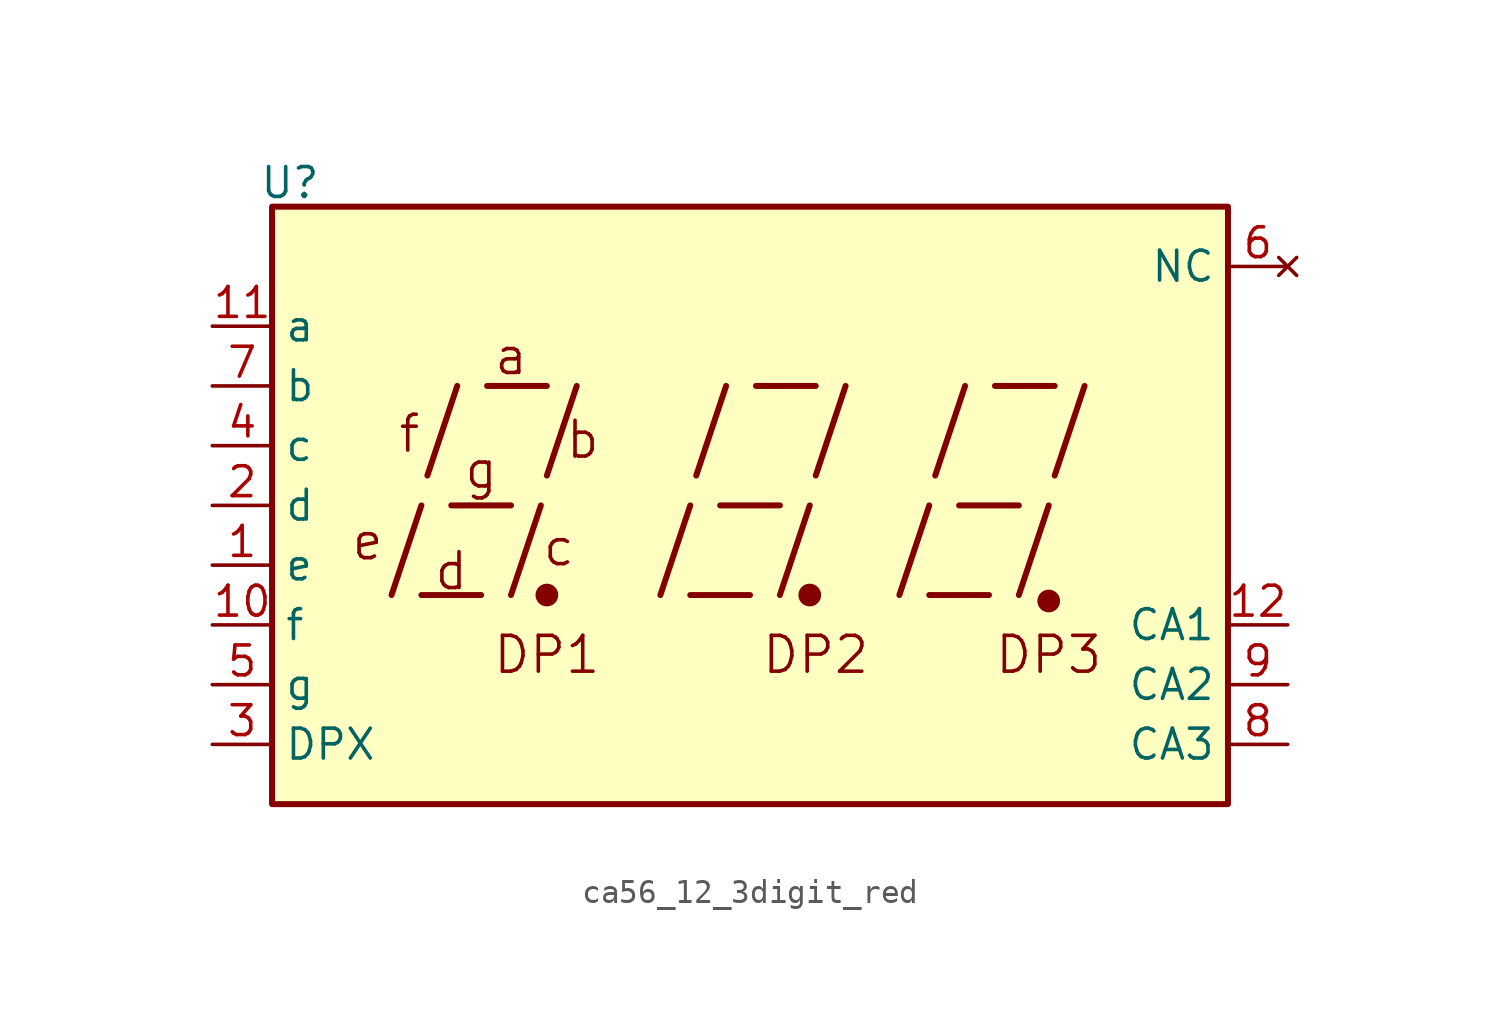
<source format=kicad_sym>
(kicad_symbol_lib
  (version 20241209)
  (generator "kicad_symbol_editor")
  (generator_version "9.0")
  (symbol "ca56_12_3digit_red"
    (property "Reference" "U"
      (at -1.778 -0.254 0)
      (effects (font (size 1.27 1.27))))
    (property "Value" ""
      (at 0 0 0)
      (effects (font (size 1.27 1.27))))
    (symbol "ca56_12_3digit_red_0_0"
      (rectangle (start -2.54 -1.27) (end 38.1 -26.67) (stroke (width 0.254) (type default)) (fill (type background)))
      (polyline (pts (xy 2.54 -17.78) (xy 3.81 -13.97)) (stroke (width 0.254) (type default)) (fill (type none)))
      (polyline (pts (xy 3.81 -17.78) (xy 6.35 -17.78)) (stroke (width 0.254) (type default)) (fill (type none)))
      (polyline (pts (xy 4.064 -12.7) (xy 5.334 -8.89)) (stroke (width 0.254) (type default)) (fill (type none)))
      (polyline (pts (xy 5.08 -13.97) (xy 7.62 -13.97)) (stroke (width 0.254) (type default)) (fill (type none)))
      (polyline (pts (xy 6.604 -8.89) (xy 9.144 -8.89)) (stroke (width 0.254) (type default)) (fill (type none)))
      (polyline (pts (xy 7.62 -17.78) (xy 8.89 -13.97)) (stroke (width 0.254) (type default)) (fill (type none)))
      (polyline (pts (xy 9.144 -12.7) (xy 10.414 -8.89)) (stroke (width 0.254) (type default)) (fill (type none)))
      (polyline (pts (xy 13.97 -17.78) (xy 15.24 -13.97)) (stroke (width 0.254) (type default)) (fill (type none)))
      (polyline (pts (xy 15.24 -17.78) (xy 17.78 -17.78)) (stroke (width 0.254) (type default)) (fill (type none)))
      (polyline (pts (xy 15.494 -12.7) (xy 16.764 -8.89)) (stroke (width 0.254) (type default)) (fill (type none)))
      (polyline (pts (xy 16.51 -13.97) (xy 19.05 -13.97)) (stroke (width 0.254) (type default)) (fill (type none)))
      (polyline (pts (xy 18.034 -8.89) (xy 20.574 -8.89)) (stroke (width 0.254) (type default)) (fill (type none)))
      (polyline (pts (xy 19.05 -17.78) (xy 20.32 -13.97)) (stroke (width 0.254) (type default)) (fill (type none)))
      (polyline (pts (xy 20.574 -12.7) (xy 21.844 -8.89)) (stroke (width 0.254) (type default)) (fill (type none)))
      (polyline (pts (xy 24.13 -17.78) (xy 25.4 -13.97)) (stroke (width 0.254) (type default)) (fill (type none)))
      (polyline (pts (xy 25.4 -17.78) (xy 27.94 -17.78)) (stroke (width 0.254) (type default)) (fill (type none)))
      (polyline (pts (xy 25.654 -12.7) (xy 26.924 -8.89)) (stroke (width 0.254) (type default)) (fill (type none)))
      (polyline (pts (xy 26.67 -13.97) (xy 29.21 -13.97)) (stroke (width 0.254) (type default)) (fill (type none)))
      (polyline (pts (xy 28.194 -8.89) (xy 30.734 -8.89)) (stroke (width 0.254) (type default)) (fill (type none)))
      (polyline (pts (xy 29.21 -17.78) (xy 30.48 -13.97)) (stroke (width 0.254) (type default)) (fill (type none)))
      (polyline (pts (xy 30.734 -12.7) (xy 32.004 -8.89)) (stroke (width 0.254) (type default)) (fill (type none)))
      (text "e" (at 1.524 -15.494 0) (effects (font (size 1.524 1.524))))
      (text "f" (at 3.302 -10.922 0) (effects (font (size 1.524 1.524))))
      (text "d" (at 5.08 -16.764 0) (effects (font (size 1.524 1.524))))
      (text "g" (at 6.35 -12.446 0) (effects (font (size 1.524 1.524))))
      (text "a" (at 7.62 -7.62 0) (effects (font (size 1.524 1.524))))
      (text "DP1" (at 9.144 -20.32 0) (effects (font (size 1.524 1.524))))
      (text "c" (at 9.652 -15.748 0) (effects (font (size 1.524 1.524))))
      (text "b" (at 10.668 -11.176 0) (effects (font (size 1.524 1.524))))
      (text "DP2" (at 20.574 -20.32 0) (effects (font (size 1.524 1.524))))
      (text "DP3" (at 30.48 -20.32 0) (effects (font (size 1.524 1.524)))))
    (symbol "ca56_12_3digit_red_0_1"
      (circle (center 9.144 -17.78) (radius 0.356) (stroke (width 0.254) (type default)) (fill (type outline)))
      (circle (center 20.32 -17.78) (radius 0.356) (stroke (width 0.254) (type default)) (fill (type outline))))
    (symbol "ca56_12_3digit_red_1_0"
      (circle (center 30.48 -18.034) (radius 0.356) (stroke (width 0.254) (type default)) (fill (type outline))))
    (symbol "ca56_12_3digit_red_1_1"
      (pin input line (at -5.08 -6.35 0) (length 2.54) (name "a" (effects (font (size 1.27 1.27)))) (number "11" (effects (font (size 1.27 1.27)))))
      (pin input line (at -5.08 -8.89 0) (length 2.54) (name "b" (effects (font (size 1.27 1.27)))) (number "7" (effects (font (size 1.27 1.27)))))
      (pin input line (at -5.08 -11.43 0) (length 2.54) (name "c" (effects (font (size 1.27 1.27)))) (number "4" (effects (font (size 1.27 1.27)))))
      (pin input line (at -5.08 -13.97 0) (length 2.54) (name "d" (effects (font (size 1.27 1.27)))) (number "2" (effects (font (size 1.27 1.27)))))
      (pin input line (at -5.08 -16.51 0) (length 2.54) (name "e" (effects (font (size 1.27 1.27)))) (number "1" (effects (font (size 1.27 1.27)))))
      (pin input line (at -5.08 -19.05 0) (length 2.54) (name "f" (effects (font (size 1.27 1.27)))) (number "10" (effects (font (size 1.27 1.27)))))
      (pin input line (at -5.08 -21.59 0) (length 2.54) (name "g" (effects (font (size 1.27 1.27)))) (number "5" (effects (font (size 1.27 1.27)))))
      (pin input line (at -5.08 -24.13 0) (length 2.54) (name "DPX" (effects (font (size 1.27 1.27)))) (number "3" (effects (font (size 1.27 1.27)))))
      (pin no_connect line (at 40.64 -3.81 180) (length 2.54) (name "NC" (effects (font (size 1.27 1.27)))) (number "6" (effects (font (size 1.27 1.27)))))
      (pin input line (at 40.64 -19.05 180) (length 2.54) (name "CA1" (effects (font (size 1.27 1.27)))) (number "12" (effects (font (size 1.27 1.27)))))
      (pin input line (at 40.64 -21.59 180) (length 2.54) (name "CA2" (effects (font (size 1.27 1.27)))) (number "9" (effects (font (size 1.27 1.27)))))
      (pin input line (at 40.64 -24.13 180) (length 2.54) (name "CA3" (effects (font (size 1.27 1.27)))) (number "8" (effects (font (size 1.27 1.27))))))))
</source>
